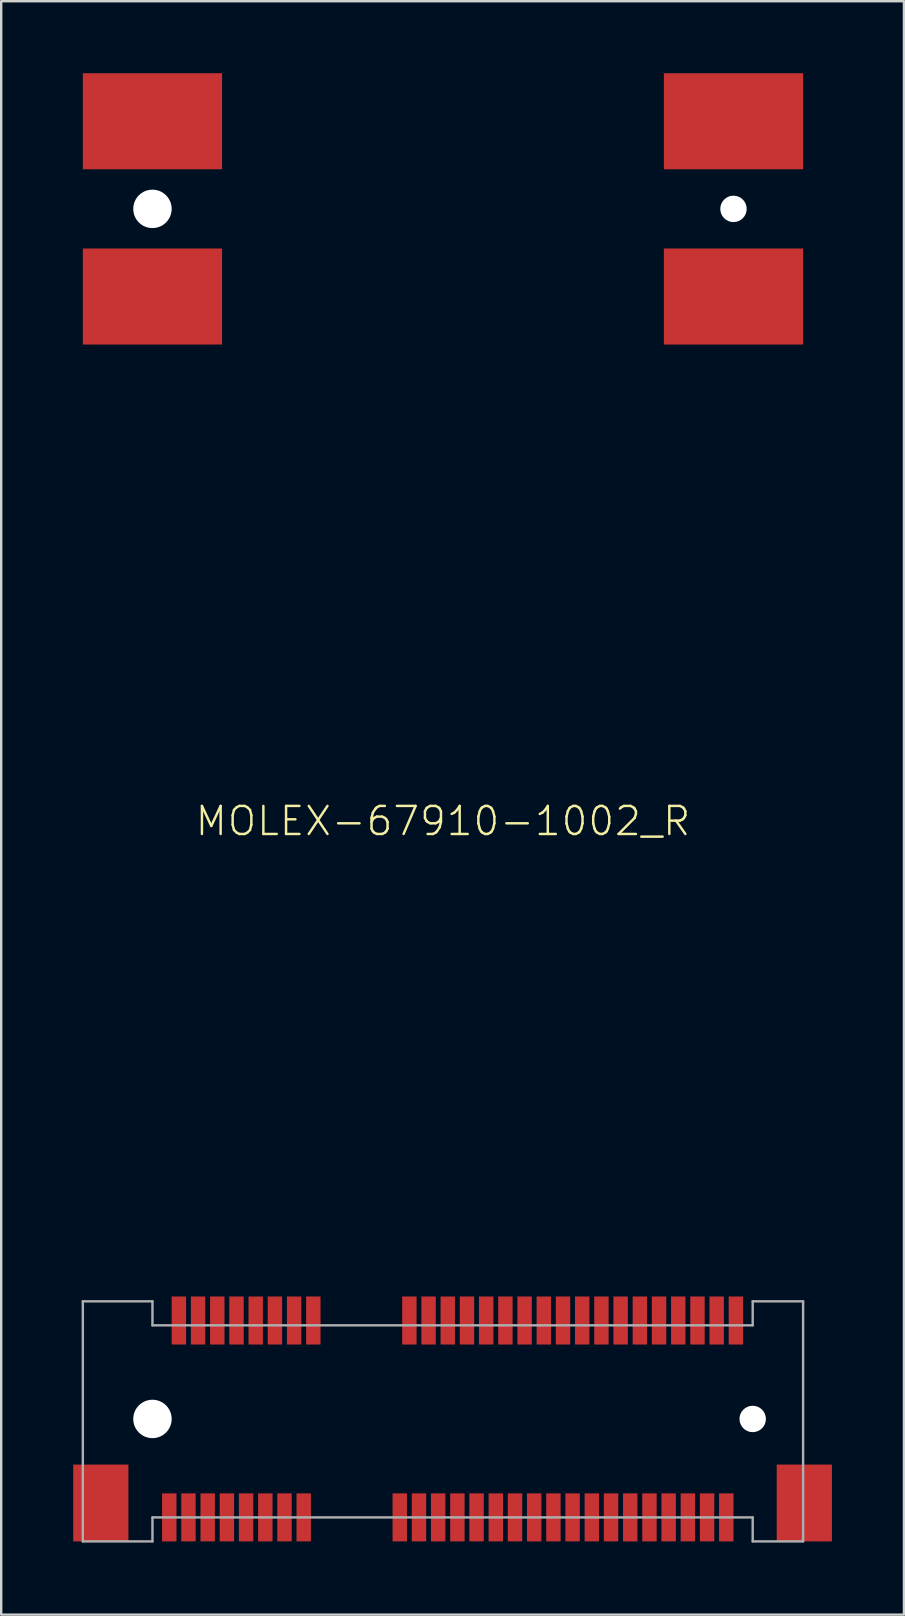
<source format=kicad_pcb>
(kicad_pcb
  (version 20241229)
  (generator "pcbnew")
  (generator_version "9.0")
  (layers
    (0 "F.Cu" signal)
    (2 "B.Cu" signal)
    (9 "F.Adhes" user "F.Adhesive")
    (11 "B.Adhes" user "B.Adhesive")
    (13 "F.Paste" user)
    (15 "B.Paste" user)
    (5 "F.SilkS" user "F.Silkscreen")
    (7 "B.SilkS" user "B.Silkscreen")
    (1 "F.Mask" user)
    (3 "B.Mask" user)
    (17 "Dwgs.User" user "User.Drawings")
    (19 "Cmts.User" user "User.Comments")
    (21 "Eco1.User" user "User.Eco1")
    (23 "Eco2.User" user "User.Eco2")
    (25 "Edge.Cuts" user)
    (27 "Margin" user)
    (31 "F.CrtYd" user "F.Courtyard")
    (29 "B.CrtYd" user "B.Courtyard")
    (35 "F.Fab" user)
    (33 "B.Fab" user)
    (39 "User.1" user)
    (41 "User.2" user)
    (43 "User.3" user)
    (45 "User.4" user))
  (footprint "MOLEX-67910-1002_R"
    (layer "F.Cu")
    (at 15.4 31.15)
    (property "Reference" "MOLEX-67910-1002_R" (at 0 0 0) (unlocked yes) (layer "F.SilkS") (effects (font (size 1.168 1.168) (thickness 0.102))))
    (fp_poly (pts (xy -11.75 30.05) (xy -11.05 30.05) (xy -11.05 27.95) (xy -11.75 27.95)) (stroke (width 0) (type default)) (fill yes) (layer "F.Mask"))
    (fp_poly (pts (xy -11.35 21.85) (xy -10.65 21.85) (xy -10.65 19.75) (xy -11.35 19.75)) (stroke (width 0) (type default)) (fill yes) (layer "F.Mask"))
    (fp_poly (pts (xy -10.95 30.05) (xy -10.25 30.05) (xy -10.25 27.95) (xy -10.95 27.95)) (stroke (width 0) (type default)) (fill yes) (layer "F.Mask"))
    (fp_poly (pts (xy -10.55 21.85) (xy -9.85 21.85) (xy -9.85 19.75) (xy -10.55 19.75)) (stroke (width 0) (type default)) (fill yes) (layer "F.Mask"))
    (fp_poly (pts (xy -10.15 30.05) (xy -9.45 30.05) (xy -9.45 27.95) (xy -10.15 27.95)) (stroke (width 0) (type default)) (fill yes) (layer "F.Mask"))
    (fp_poly (pts (xy -9.75 21.85) (xy -9.05 21.85) (xy -9.05 19.75) (xy -9.75 19.75)) (stroke (width 0) (type default)) (fill yes) (layer "F.Mask"))
    (fp_poly (pts (xy -9.35 30.05) (xy -8.65 30.05) (xy -8.65 27.95) (xy -9.35 27.95)) (stroke (width 0) (type default)) (fill yes) (layer "F.Mask"))
    (fp_poly (pts (xy -8.95 21.85) (xy -8.25 21.85) (xy -8.25 19.75) (xy -8.95 19.75)) (stroke (width 0) (type default)) (fill yes) (layer "F.Mask"))
    (fp_poly (pts (xy -8.55 30.05) (xy -7.85 30.05) (xy -7.85 27.95) (xy -8.55 27.95)) (stroke (width 0) (type default)) (fill yes) (layer "F.Mask"))
    (fp_poly (pts (xy -8.15 21.85) (xy -7.45 21.85) (xy -7.45 19.75) (xy -8.15 19.75)) (stroke (width 0) (type default)) (fill yes) (layer "F.Mask"))
    (fp_poly (pts (xy -7.75 30.05) (xy -7.05 30.05) (xy -7.05 27.95) (xy -7.75 27.95)) (stroke (width 0) (type default)) (fill yes) (layer "F.Mask"))
    (fp_poly (pts (xy -7.35 21.85) (xy -6.65 21.85) (xy -6.65 19.75) (xy -7.35 19.75)) (stroke (width 0) (type default)) (fill yes) (layer "F.Mask"))
    (fp_poly (pts (xy -6.95 30.05) (xy -6.25 30.05) (xy -6.25 27.95) (xy -6.95 27.95)) (stroke (width 0) (type default)) (fill yes) (layer "F.Mask"))
    (fp_poly (pts (xy -6.55 21.85) (xy -5.85 21.85) (xy -5.85 19.75) (xy -6.55 19.75)) (stroke (width 0) (type default)) (fill yes) (layer "F.Mask"))
    (fp_poly (pts (xy -6.15 30.05) (xy -5.45 30.05) (xy -5.45 27.95) (xy -6.15 27.95)) (stroke (width 0) (type default)) (fill yes) (layer "F.Mask"))
    (fp_poly (pts (xy -5.75 21.85) (xy -5.05 21.85) (xy -5.05 19.75) (xy -5.75 19.75)) (stroke (width 0) (type default)) (fill yes) (layer "F.Mask"))
    (fp_poly (pts (xy -2.15 30.05) (xy -1.45 30.05) (xy -1.45 27.95) (xy -2.15 27.95)) (stroke (width 0) (type default)) (fill yes) (layer "F.Mask"))
    (fp_poly (pts (xy -1.75 21.85) (xy -1.05 21.85) (xy -1.05 19.75) (xy -1.75 19.75)) (stroke (width 0) (type default)) (fill yes) (layer "F.Mask"))
    (fp_poly (pts (xy -1.35 30.05) (xy -0.65 30.05) (xy -0.65 27.95) (xy -1.35 27.95)) (stroke (width 0) (type default)) (fill yes) (layer "F.Mask"))
    (fp_poly (pts (xy -0.95 21.85) (xy -0.25 21.85) (xy -0.25 19.75) (xy -0.95 19.75)) (stroke (width 0) (type default)) (fill yes) (layer "F.Mask"))
    (fp_poly (pts (xy -0.55 30.05) (xy 0.15 30.05) (xy 0.15 27.95) (xy -0.55 27.95)) (stroke (width 0) (type default)) (fill yes) (layer "F.Mask"))
    (fp_poly (pts (xy -0.15 21.85) (xy 0.55 21.85) (xy 0.55 19.75) (xy -0.15 19.75)) (stroke (width 0) (type default)) (fill yes) (layer "F.Mask"))
    (fp_poly (pts (xy 0.25 30.05) (xy 0.95 30.05) (xy 0.95 27.95) (xy 0.25 27.95)) (stroke (width 0) (type default)) (fill yes) (layer "F.Mask"))
    (fp_poly (pts (xy 0.65 21.85) (xy 1.35 21.85) (xy 1.35 19.75) (xy 0.65 19.75)) (stroke (width 0) (type default)) (fill yes) (layer "F.Mask"))
    (fp_poly (pts (xy 1.05 30.05) (xy 1.75 30.05) (xy 1.75 27.95) (xy 1.05 27.95)) (stroke (width 0) (type default)) (fill yes) (layer "F.Mask"))
    (fp_poly (pts (xy 1.45 21.85) (xy 2.15 21.85) (xy 2.15 19.75) (xy 1.45 19.75)) (stroke (width 0) (type default)) (fill yes) (layer "F.Mask"))
    (fp_poly (pts (xy 1.85 30.05) (xy 2.55 30.05) (xy 2.55 27.95) (xy 1.85 27.95)) (stroke (width 0) (type default)) (fill yes) (layer "F.Mask"))
    (fp_poly (pts (xy 2.25 21.85) (xy 2.95 21.85) (xy 2.95 19.75) (xy 2.25 19.75)) (stroke (width 0) (type default)) (fill yes) (layer "F.Mask"))
    (fp_poly (pts (xy 2.65 30.05) (xy 3.35 30.05) (xy 3.35 27.95) (xy 2.65 27.95)) (stroke (width 0) (type default)) (fill yes) (layer "F.Mask"))
    (fp_poly (pts (xy 3.05 21.85) (xy 3.75 21.85) (xy 3.75 19.75) (xy 3.05 19.75)) (stroke (width 0) (type default)) (fill yes) (layer "F.Mask"))
    (fp_poly (pts (xy 3.45 30.05) (xy 4.15 30.05) (xy 4.15 27.95) (xy 3.45 27.95)) (stroke (width 0) (type default)) (fill yes) (layer "F.Mask"))
    (fp_poly (pts (xy 3.85 21.85) (xy 4.55 21.85) (xy 4.55 19.75) (xy 3.85 19.75)) (stroke (width 0) (type default)) (fill yes) (layer "F.Mask"))
    (fp_poly (pts (xy 4.25 30.05) (xy 4.95 30.05) (xy 4.95 27.95) (xy 4.25 27.95)) (stroke (width 0) (type default)) (fill yes) (layer "F.Mask"))
    (fp_poly (pts (xy 4.65 21.85) (xy 5.35 21.85) (xy 5.35 19.75) (xy 4.65 19.75)) (stroke (width 0) (type default)) (fill yes) (layer "F.Mask"))
    (fp_poly (pts (xy 5.05 30.05) (xy 5.75 30.05) (xy 5.75 27.95) (xy 5.05 27.95)) (stroke (width 0) (type default)) (fill yes) (layer "F.Mask"))
    (fp_poly (pts (xy 5.45 21.85) (xy 6.15 21.85) (xy 6.15 19.75) (xy 5.45 19.75)) (stroke (width 0) (type default)) (fill yes) (layer "F.Mask"))
    (fp_poly (pts (xy 5.85 30.05) (xy 6.55 30.05) (xy 6.55 27.95) (xy 5.85 27.95)) (stroke (width 0) (type default)) (fill yes) (layer "F.Mask"))
    (fp_poly (pts (xy 6.25 21.85) (xy 6.95 21.85) (xy 6.95 19.75) (xy 6.25 19.75)) (stroke (width 0) (type default)) (fill yes) (layer "F.Mask"))
    (fp_poly (pts (xy 6.65 30.05) (xy 7.35 30.05) (xy 7.35 27.95) (xy 6.65 27.95)) (stroke (width 0) (type default)) (fill yes) (layer "F.Mask"))
    (fp_poly (pts (xy 7.05 21.85) (xy 7.75 21.85) (xy 7.75 19.75) (xy 7.05 19.75)) (stroke (width 0) (type default)) (fill yes) (layer "F.Mask"))
    (fp_poly (pts (xy 7.45 30.05) (xy 8.15 30.05) (xy 8.15 27.95) (xy 7.45 27.95)) (stroke (width 0) (type default)) (fill yes) (layer "F.Mask"))
    (fp_poly (pts (xy 7.85 21.85) (xy 8.55 21.85) (xy 8.55 19.75) (xy 7.85 19.75)) (stroke (width 0) (type default)) (fill yes) (layer "F.Mask"))
    (fp_poly (pts (xy 8.25 30.05) (xy 8.95 30.05) (xy 8.95 27.95) (xy 8.25 27.95)) (stroke (width 0) (type default)) (fill yes) (layer "F.Mask"))
    (fp_poly (pts (xy 8.65 21.85) (xy 9.35 21.85) (xy 9.35 19.75) (xy 8.65 19.75)) (stroke (width 0) (type default)) (fill yes) (layer "F.Mask"))
    (fp_poly (pts (xy 9.05 30.05) (xy 9.75 30.05) (xy 9.75 27.95) (xy 9.05 27.95)) (stroke (width 0) (type default)) (fill yes) (layer "F.Mask"))
    (fp_poly (pts (xy 9.45 21.85) (xy 10.15 21.85) (xy 10.15 19.75) (xy 9.45 19.75)) (stroke (width 0) (type default)) (fill yes) (layer "F.Mask"))
    (fp_poly (pts (xy 9.85 30.05) (xy 10.55 30.05) (xy 10.55 27.95) (xy 9.85 27.95)) (stroke (width 0) (type default)) (fill yes) (layer "F.Mask"))
    (fp_poly (pts (xy 10.25 21.85) (xy 10.95 21.85) (xy 10.95 19.75) (xy 10.25 19.75)) (stroke (width 0) (type default)) (fill yes) (layer "F.Mask"))
    (fp_poly (pts (xy 10.65 30.05) (xy 11.35 30.05) (xy 11.35 27.95) (xy 10.65 27.95)) (stroke (width 0) (type default)) (fill yes) (layer "F.Mask"))
    (fp_poly (pts (xy 11.05 21.85) (xy 11.75 21.85) (xy 11.75 19.75) (xy 11.05 19.75)) (stroke (width 0) (type default)) (fill yes) (layer "F.Mask"))
    (fp_poly (pts (xy 11.45 30.05) (xy 12.15 30.05) (xy 12.15 27.95) (xy 11.45 27.95)) (stroke (width 0) (type default)) (fill yes) (layer "F.Mask"))
    (fp_poly (pts (xy 11.85 21.85) (xy 12.55 21.85) (xy 12.55 19.75) (xy 11.85 19.75)) (stroke (width 0) (type default)) (fill yes) (layer "F.Mask"))
    (fp_poly (pts (xy -13.1 30) (xy -15.4 30) (xy -15.4 26.8) (xy -13.1 26.8)) (stroke (width 0) (type default)) (fill yes) (layer "F.Paste"))
    (fp_poly (pts (xy -12.2 -29.2) (xy -14.9 -29.2) (xy -14.9 -31) (xy -12.2 -31)) (stroke (width 0) (type default)) (fill yes) (layer "F.Paste"))
    (fp_poly (pts (xy -12.2 -27.2) (xy -14.9 -27.2) (xy -14.9 -29) (xy -12.2 -29)) (stroke (width 0) (type default)) (fill yes) (layer "F.Paste"))
    (fp_poly (pts (xy -12.2 -21.95) (xy -14.9 -21.95) (xy -14.9 -23.75) (xy -12.2 -23.75)) (stroke (width 0) (type default)) (fill yes) (layer "F.Paste"))
    (fp_poly (pts (xy -12.2 -19.95) (xy -14.9 -19.95) (xy -14.9 -21.75) (xy -12.2 -21.75)) (stroke (width 0) (type default)) (fill yes) (layer "F.Paste"))
    (fp_poly (pts (xy -11.1 30) (xy -11.7 30) (xy -11.7 28) (xy -11.1 28)) (stroke (width 0) (type default)) (fill yes) (layer "F.Paste"))
    (fp_poly (pts (xy -10.7 21.8) (xy -11.3 21.8) (xy -11.3 19.8) (xy -10.7 19.8)) (stroke (width 0) (type default)) (fill yes) (layer "F.Paste"))
    (fp_poly (pts (xy -10.3 30) (xy -10.9 30) (xy -10.9 28) (xy -10.3 28)) (stroke (width 0) (type default)) (fill yes) (layer "F.Paste"))
    (fp_poly (pts (xy -9.9 21.8) (xy -10.5 21.8) (xy -10.5 19.8) (xy -9.9 19.8)) (stroke (width 0) (type default)) (fill yes) (layer "F.Paste"))
    (fp_poly (pts (xy -9.5 30) (xy -10.1 30) (xy -10.1 28) (xy -9.5 28)) (stroke (width 0) (type default)) (fill yes) (layer "F.Paste"))
    (fp_poly (pts (xy -9.3 -29.2) (xy -12 -29.2) (xy -12 -31) (xy -9.3 -31)) (stroke (width 0) (type default)) (fill yes) (layer "F.Paste"))
    (fp_poly (pts (xy -9.3 -27.2) (xy -12 -27.2) (xy -12 -29) (xy -9.3 -29)) (stroke (width 0) (type default)) (fill yes) (layer "F.Paste"))
    (fp_poly (pts (xy -9.3 -21.95) (xy -12 -21.95) (xy -12 -23.75) (xy -9.3 -23.75)) (stroke (width 0) (type default)) (fill yes) (layer "F.Paste"))
    (fp_poly (pts (xy -9.3 -19.95) (xy -12 -19.95) (xy -12 -21.75) (xy -9.3 -21.75)) (stroke (width 0) (type default)) (fill yes) (layer "F.Paste"))
    (fp_poly (pts (xy -9.1 21.8) (xy -9.7 21.8) (xy -9.7 19.8) (xy -9.1 19.8)) (stroke (width 0) (type default)) (fill yes) (layer "F.Paste"))
    (fp_poly (pts (xy -8.7 30) (xy -9.3 30) (xy -9.3 28) (xy -8.7 28)) (stroke (width 0) (type default)) (fill yes) (layer "F.Paste"))
    (fp_poly (pts (xy -8.3 21.8) (xy -8.9 21.8) (xy -8.9 19.8) (xy -8.3 19.8)) (stroke (width 0) (type default)) (fill yes) (layer "F.Paste"))
    (fp_poly (pts (xy -7.9 30) (xy -8.5 30) (xy -8.5 28) (xy -7.9 28)) (stroke (width 0) (type default)) (fill yes) (layer "F.Paste"))
    (fp_poly (pts (xy -7.5 21.8) (xy -8.1 21.8) (xy -8.1 19.8) (xy -7.5 19.8)) (stroke (width 0) (type default)) (fill yes) (layer "F.Paste"))
    (fp_poly (pts (xy -7.1 30) (xy -7.7 30) (xy -7.7 28) (xy -7.1 28)) (stroke (width 0) (type default)) (fill yes) (layer "F.Paste"))
    (fp_poly (pts (xy -6.7 21.8) (xy -7.3 21.8) (xy -7.3 19.8) (xy -6.7 19.8)) (stroke (width 0) (type default)) (fill yes) (layer "F.Paste"))
    (fp_poly (pts (xy -6.3 30) (xy -6.9 30) (xy -6.9 28) (xy -6.3 28)) (stroke (width 0) (type default)) (fill yes) (layer "F.Paste"))
    (fp_poly (pts (xy -5.9 21.8) (xy -6.5 21.8) (xy -6.5 19.8) (xy -5.9 19.8)) (stroke (width 0) (type default)) (fill yes) (layer "F.Paste"))
    (fp_poly (pts (xy -5.5 30) (xy -6.1 30) (xy -6.1 28) (xy -5.5 28)) (stroke (width 0) (type default)) (fill yes) (layer "F.Paste"))
    (fp_poly (pts (xy -5.1 21.8) (xy -5.7 21.8) (xy -5.7 19.8) (xy -5.1 19.8)) (stroke (width 0) (type default)) (fill yes) (layer "F.Paste"))
    (fp_poly (pts (xy -1.5 30) (xy -2.1 30) (xy -2.1 28) (xy -1.5 28)) (stroke (width 0) (type default)) (fill yes) (layer "F.Paste"))
    (fp_poly (pts (xy -1.1 21.8) (xy -1.7 21.8) (xy -1.7 19.8) (xy -1.1 19.8)) (stroke (width 0) (type default)) (fill yes) (layer "F.Paste"))
    (fp_poly (pts (xy -0.7 30) (xy -1.3 30) (xy -1.3 28) (xy -0.7 28)) (stroke (width 0) (type default)) (fill yes) (layer "F.Paste"))
    (fp_poly (pts (xy -0.3 21.8) (xy -0.9 21.8) (xy -0.9 19.8) (xy -0.3 19.8)) (stroke (width 0) (type default)) (fill yes) (layer "F.Paste"))
    (fp_poly (pts (xy 0.1 30) (xy -0.5 30) (xy -0.5 28) (xy 0.1 28)) (stroke (width 0) (type default)) (fill yes) (layer "F.Paste"))
    (fp_poly (pts (xy 0.5 21.8) (xy -0.1 21.8) (xy -0.1 19.8) (xy 0.5 19.8)) (stroke (width 0) (type default)) (fill yes) (layer "F.Paste"))
    (fp_poly (pts (xy 0.9 30) (xy 0.3 30) (xy 0.3 28) (xy 0.9 28)) (stroke (width 0) (type default)) (fill yes) (layer "F.Paste"))
    (fp_poly (pts (xy 1.3 21.8) (xy 0.7 21.8) (xy 0.7 19.8) (xy 1.3 19.8)) (stroke (width 0) (type default)) (fill yes) (layer "F.Paste"))
    (fp_poly (pts (xy 1.7 30) (xy 1.1 30) (xy 1.1 28) (xy 1.7 28)) (stroke (width 0) (type default)) (fill yes) (layer "F.Paste"))
    (fp_poly (pts (xy 2.1 21.8) (xy 1.5 21.8) (xy 1.5 19.8) (xy 2.1 19.8)) (stroke (width 0) (type default)) (fill yes) (layer "F.Paste"))
    (fp_poly (pts (xy 2.5 30) (xy 1.9 30) (xy 1.9 28) (xy 2.5 28)) (stroke (width 0) (type default)) (fill yes) (layer "F.Paste"))
    (fp_poly (pts (xy 2.9 21.8) (xy 2.3 21.8) (xy 2.3 19.8) (xy 2.9 19.8)) (stroke (width 0) (type default)) (fill yes) (layer "F.Paste"))
    (fp_poly (pts (xy 3.3 30) (xy 2.7 30) (xy 2.7 28) (xy 3.3 28)) (stroke (width 0) (type default)) (fill yes) (layer "F.Paste"))
    (fp_poly (pts (xy 3.7 21.8) (xy 3.1 21.8) (xy 3.1 19.8) (xy 3.7 19.8)) (stroke (width 0) (type default)) (fill yes) (layer "F.Paste"))
    (fp_poly (pts (xy 4.1 30) (xy 3.5 30) (xy 3.5 28) (xy 4.1 28)) (stroke (width 0) (type default)) (fill yes) (layer "F.Paste"))
    (fp_poly (pts (xy 4.5 21.8) (xy 3.9 21.8) (xy 3.9 19.8) (xy 4.5 19.8)) (stroke (width 0) (type default)) (fill yes) (layer "F.Paste"))
    (fp_poly (pts (xy 4.9 30) (xy 4.3 30) (xy 4.3 28) (xy 4.9 28)) (stroke (width 0) (type default)) (fill yes) (layer "F.Paste"))
    (fp_poly (pts (xy 5.3 21.8) (xy 4.7 21.8) (xy 4.7 19.8) (xy 5.3 19.8)) (stroke (width 0) (type default)) (fill yes) (layer "F.Paste"))
    (fp_poly (pts (xy 5.7 30) (xy 5.1 30) (xy 5.1 28) (xy 5.7 28)) (stroke (width 0) (type default)) (fill yes) (layer "F.Paste"))
    (fp_poly (pts (xy 6.1 21.8) (xy 5.5 21.8) (xy 5.5 19.8) (xy 6.1 19.8)) (stroke (width 0) (type default)) (fill yes) (layer "F.Paste"))
    (fp_poly (pts (xy 6.5 30) (xy 5.9 30) (xy 5.9 28) (xy 6.5 28)) (stroke (width 0) (type default)) (fill yes) (layer "F.Paste"))
    (fp_poly (pts (xy 6.9 21.8) (xy 6.3 21.8) (xy 6.3 19.8) (xy 6.9 19.8)) (stroke (width 0) (type default)) (fill yes) (layer "F.Paste"))
    (fp_poly (pts (xy 7.3 30) (xy 6.7 30) (xy 6.7 28) (xy 7.3 28)) (stroke (width 0) (type default)) (fill yes) (layer "F.Paste"))
    (fp_poly (pts (xy 7.7 21.8) (xy 7.1 21.8) (xy 7.1 19.8) (xy 7.7 19.8)) (stroke (width 0) (type default)) (fill yes) (layer "F.Paste"))
    (fp_poly (pts (xy 8.1 30) (xy 7.5 30) (xy 7.5 28) (xy 8.1 28)) (stroke (width 0) (type default)) (fill yes) (layer "F.Paste"))
    (fp_poly (pts (xy 8.5 21.8) (xy 7.9 21.8) (xy 7.9 19.8) (xy 8.5 19.8)) (stroke (width 0) (type default)) (fill yes) (layer "F.Paste"))
    (fp_poly (pts (xy 8.9 30) (xy 8.3 30) (xy 8.3 28) (xy 8.9 28)) (stroke (width 0) (type default)) (fill yes) (layer "F.Paste"))
    (fp_poly (pts (xy 9.3 21.8) (xy 8.7 21.8) (xy 8.7 19.8) (xy 9.3 19.8)) (stroke (width 0) (type default)) (fill yes) (layer "F.Paste"))
    (fp_poly (pts (xy 9.7 30) (xy 9.1 30) (xy 9.1 28) (xy 9.7 28)) (stroke (width 0) (type default)) (fill yes) (layer "F.Paste"))
    (fp_poly (pts (xy 10.1 21.8) (xy 9.5 21.8) (xy 9.5 19.8) (xy 10.1 19.8)) (stroke (width 0) (type default)) (fill yes) (layer "F.Paste"))
    (fp_poly (pts (xy 10.5 30) (xy 9.9 30) (xy 9.9 28) (xy 10.5 28)) (stroke (width 0) (type default)) (fill yes) (layer "F.Paste"))
    (fp_poly (pts (xy 10.9 21.8) (xy 10.3 21.8) (xy 10.3 19.8) (xy 10.9 19.8)) (stroke (width 0) (type default)) (fill yes) (layer "F.Paste"))
    (fp_poly (pts (xy 11.3 30) (xy 10.7 30) (xy 10.7 28) (xy 11.3 28)) (stroke (width 0) (type default)) (fill yes) (layer "F.Paste"))
    (fp_poly (pts (xy 11.7 21.8) (xy 11.1 21.8) (xy 11.1 19.8) (xy 11.7 19.8)) (stroke (width 0) (type default)) (fill yes) (layer "F.Paste"))
    (fp_poly (pts (xy 12 -29.25) (xy 9.3 -29.25) (xy 9.3 -31.05) (xy 12 -31.05)) (stroke (width 0) (type default)) (fill yes) (layer "F.Paste"))
    (fp_poly (pts (xy 12 -27.25) (xy 9.3 -27.25) (xy 9.3 -29.05) (xy 12 -29.05)) (stroke (width 0) (type default)) (fill yes) (layer "F.Paste"))
    (fp_poly (pts (xy 12 -21.95) (xy 9.3 -21.95) (xy 9.3 -23.75) (xy 12 -23.75)) (stroke (width 0) (type default)) (fill yes) (layer "F.Paste"))
    (fp_poly (pts (xy 12 -19.95) (xy 9.3 -19.95) (xy 9.3 -21.75) (xy 12 -21.75)) (stroke (width 0) (type default)) (fill yes) (layer "F.Paste"))
    (fp_poly (pts (xy 12.1 30) (xy 11.5 30) (xy 11.5 28) (xy 12.1 28)) (stroke (width 0) (type default)) (fill yes) (layer "F.Paste"))
    (fp_poly (pts (xy 12.5 21.8) (xy 11.9 21.8) (xy 11.9 19.8) (xy 12.5 19.8)) (stroke (width 0) (type default)) (fill yes) (layer "F.Paste"))
    (fp_poly (pts (xy 14.9 -29.25) (xy 12.2 -29.25) (xy 12.2 -31.05) (xy 14.9 -31.05)) (stroke (width 0) (type default)) (fill yes) (layer "F.Paste"))
    (fp_poly (pts (xy 14.9 -27.25) (xy 12.2 -27.25) (xy 12.2 -29.05) (xy 14.9 -29.05)) (stroke (width 0) (type default)) (fill yes) (layer "F.Paste"))
    (fp_poly (pts (xy 14.9 -21.95) (xy 12.2 -21.95) (xy 12.2 -23.75) (xy 14.9 -23.75)) (stroke (width 0) (type default)) (fill yes) (layer "F.Paste"))
    (fp_poly (pts (xy 14.9 -19.95) (xy 12.2 -19.95) (xy 12.2 -21.75) (xy 14.9 -21.75)) (stroke (width 0) (type default)) (fill yes) (layer "F.Paste"))
    (fp_poly (pts (xy 16.2 30) (xy 13.9 30) (xy 13.9 26.8) (xy 16.2 26.8)) (stroke (width 0) (type default)) (fill yes) (layer "F.Paste"))
    (fp_line (start -15 20) (end -15 30) (stroke (width 0.1) (type solid)) (layer "F.Fab"))
    (fp_line (start -15 20) (end -12.1 20) (stroke (width 0.1) (type solid)) (layer "F.Fab"))
    (fp_line (start -15 30) (end -12.1 30) (stroke (width 0.1) (type solid)) (layer "F.Fab"))
    (fp_line (start -12.1 20) (end -12.1 21) (stroke (width 0.1) (type solid)) (layer "F.Fab"))
    (fp_line (start -12.1 21) (end 12.9 21) (stroke (width 0.1) (type solid)) (layer "F.Fab"))
    (fp_line (start -12.1 29) (end 12.9 29) (stroke (width 0.1) (type solid)) (layer "F.Fab"))
    (fp_line (start -12.1 30) (end -12.1 29) (stroke (width 0.1) (type solid)) (layer "F.Fab"))
    (fp_line (start 12.9 20) (end 15 20) (stroke (width 0.1) (type solid)) (layer "F.Fab"))
    (fp_line (start 12.9 21) (end 12.9 20) (stroke (width 0.1) (type solid)) (layer "F.Fab"))
    (fp_line (start 12.9 29) (end 12.9 30) (stroke (width 0.1) (type solid)) (layer "F.Fab"))
    (fp_line (start 12.9 30) (end 15 30) (stroke (width 0.1) (type solid)) (layer "F.Fab"))
    (fp_line (start 15 20) (end 15 30) (stroke (width 0.1) (type solid)) (layer "F.Fab"))
    (pad "" np_thru_hole circle (at -12.1 -25.5) (size 1.6 1.6) (drill 1.6) (layers "*.Cu" "*.Mask"))
    (pad "" np_thru_hole circle (at -12.1 24.9) (size 1.6 1.6) (drill 1.6) (layers "*.Cu" "*.Mask"))
    (pad "" np_thru_hole circle (at 12.1 -25.5) (size 1.1 1.1) (drill 1.1) (layers "*.Cu" "*.Mask"))
    (pad "" np_thru_hole circle (at 12.9 24.9) (size 1.1 1.1) (drill 1.1) (layers "*.Cu" "*.Mask"))
    (pad "1" smd rect (at -11.4 29) (size 0.6 2) (layers "F.Cu"))
    (pad "2" smd rect (at -11 20.8) (size 0.6 2) (layers "F.Cu"))
    (pad "3" smd rect (at -10.6 29) (size 0.6 2) (layers "F.Cu"))
    (pad "4" smd rect (at -10.2 20.8) (size 0.6 2) (layers "F.Cu"))
    (pad "5" smd rect (at -9.8 29) (size 0.6 2) (layers "F.Cu"))
    (pad "6" smd rect (at -9.4 20.8) (size 0.6 2) (layers "F.Cu"))
    (pad "7" smd rect (at -9 29) (size 0.6 2) (layers "F.Cu"))
    (pad "8" smd rect (at -8.6 20.8) (size 0.6 2) (layers "F.Cu"))
    (pad "9" smd rect (at -8.2 29) (size 0.6 2) (layers "F.Cu"))
    (pad "10" smd rect (at -7.8 20.8) (size 0.6 2) (layers "F.Cu"))
    (pad "11" smd rect (at -7.4 29) (size 0.6 2) (layers "F.Cu"))
    (pad "12" smd rect (at -7 20.8) (size 0.6 2) (layers "F.Cu"))
    (pad "13" smd rect (at -6.6 29) (size 0.6 2) (layers "F.Cu"))
    (pad "14" smd rect (at -6.2 20.8) (size 0.6 2) (layers "F.Cu"))
    (pad "15" smd rect (at -5.8 29) (size 0.6 2) (layers "F.Cu"))
    (pad "16" smd rect (at -5.4 20.8) (size 0.6 2) (layers "F.Cu"))
    (pad "17" smd rect (at -1.8 29) (size 0.6 2) (layers "F.Cu"))
    (pad "18" smd rect (at -1.4 20.8) (size 0.6 2) (layers "F.Cu"))
    (pad "19" smd rect (at -1 29) (size 0.6 2) (layers "F.Cu"))
    (pad "20" smd rect (at -0.6 20.8) (size 0.6 2) (layers "F.Cu"))
    (pad "21" smd rect (at -0.2 29) (size 0.6 2) (layers "F.Cu"))
    (pad "22" smd rect (at 0.2 20.8) (size 0.6 2) (layers "F.Cu"))
    (pad "23" smd rect (at 0.6 29) (size 0.6 2) (layers "F.Cu"))
    (pad "24" smd rect (at 1 20.8) (size 0.6 2) (layers "F.Cu"))
    (pad "25" smd rect (at 1.4 29) (size 0.6 2) (layers "F.Cu"))
    (pad "26" smd rect (at 1.8 20.8) (size 0.6 2) (layers "F.Cu"))
    (pad "27" smd rect (at 2.2 29) (size 0.6 2) (layers "F.Cu"))
    (pad "28" smd rect (at 2.6 20.8) (size 0.6 2) (layers "F.Cu"))
    (pad "29" smd rect (at 3 29) (size 0.6 2) (layers "F.Cu"))
    (pad "30" smd rect (at 3.4 20.8) (size 0.6 2) (layers "F.Cu"))
    (pad "31" smd rect (at 3.8 29) (size 0.6 2) (layers "F.Cu"))
    (pad "32" smd rect (at 4.2 20.8) (size 0.6 2) (layers "F.Cu"))
    (pad "33" smd rect (at 4.6 29) (size 0.6 2) (layers "F.Cu"))
    (pad "34" smd rect (at 5 20.8) (size 0.6 2) (layers "F.Cu"))
    (pad "35" smd rect (at 5.4 29) (size 0.6 2) (layers "F.Cu"))
    (pad "36" smd rect (at 5.8 20.8) (size 0.6 2) (layers "F.Cu"))
    (pad "37" smd rect (at 6.2 29) (size 0.6 2) (layers "F.Cu"))
    (pad "38" smd rect (at 6.6 20.8) (size 0.6 2) (layers "F.Cu"))
    (pad "39" smd rect (at 7 29) (size 0.6 2) (layers "F.Cu"))
    (pad "40" smd rect (at 7.4 20.8) (size 0.6 2) (layers "F.Cu"))
    (pad "41" smd rect (at 7.8 29) (size 0.6 2) (layers "F.Cu"))
    (pad "42" smd rect (at 8.2 20.8) (size 0.6 2) (layers "F.Cu"))
    (pad "43" smd rect (at 8.6 29) (size 0.6 2) (layers "F.Cu"))
    (pad "44" smd rect (at 9 20.8) (size 0.6 2) (layers "F.Cu"))
    (pad "45" smd rect (at 9.4 29) (size 0.6 2) (layers "F.Cu"))
    (pad "46" smd rect (at 9.8 20.8) (size 0.6 2) (layers "F.Cu"))
    (pad "47" smd rect (at 10.2 29) (size 0.6 2) (layers "F.Cu"))
    (pad "48" smd rect (at 10.6 20.8) (size 0.6 2) (layers "F.Cu"))
    (pad "49" smd rect (at 11 29) (size 0.6 2) (layers "F.Cu"))
    (pad "50" smd rect (at 11.4 20.8) (size 0.6 2) (layers "F.Cu"))
    (pad "51" smd rect (at 11.8 29) (size 0.6 2) (layers "F.Cu"))
    (pad "52" smd rect (at 12.2 20.8) (size 0.6 2) (layers "F.Cu"))
    (pad "MP1" smd rect (at -14.25 28.4 90) (size 3.2 2.3) (layers "F.Cu" "F.Mask"))
    (pad "MP2" smd rect (at 15.05 28.4 90) (size 3.2 2.3) (layers "F.Cu" "F.Mask"))
    (pad "MP3" smd rect (at -12.1 -29.15) (size 5.8 4) (layers "F.Cu" "F.Mask"))
    (pad "MP4" smd rect (at -12.1 -21.85) (size 5.8 4) (layers "F.Cu" "F.Mask"))
    (pad "MP5" smd rect (at 12.1 -29.15) (size 5.8 4) (layers "F.Cu" "F.Mask"))
    (pad "MP6" smd rect (at 12.1 -21.85) (size 5.8 4) (layers "F.Cu" "F.Mask")))
  (gr_rect
    (start -3 -3)
    (end 34.6 64.2)
    (stroke (width 0.1) (type default))
    (fill no)
    (layer "Edge.Cuts")))
</source>
